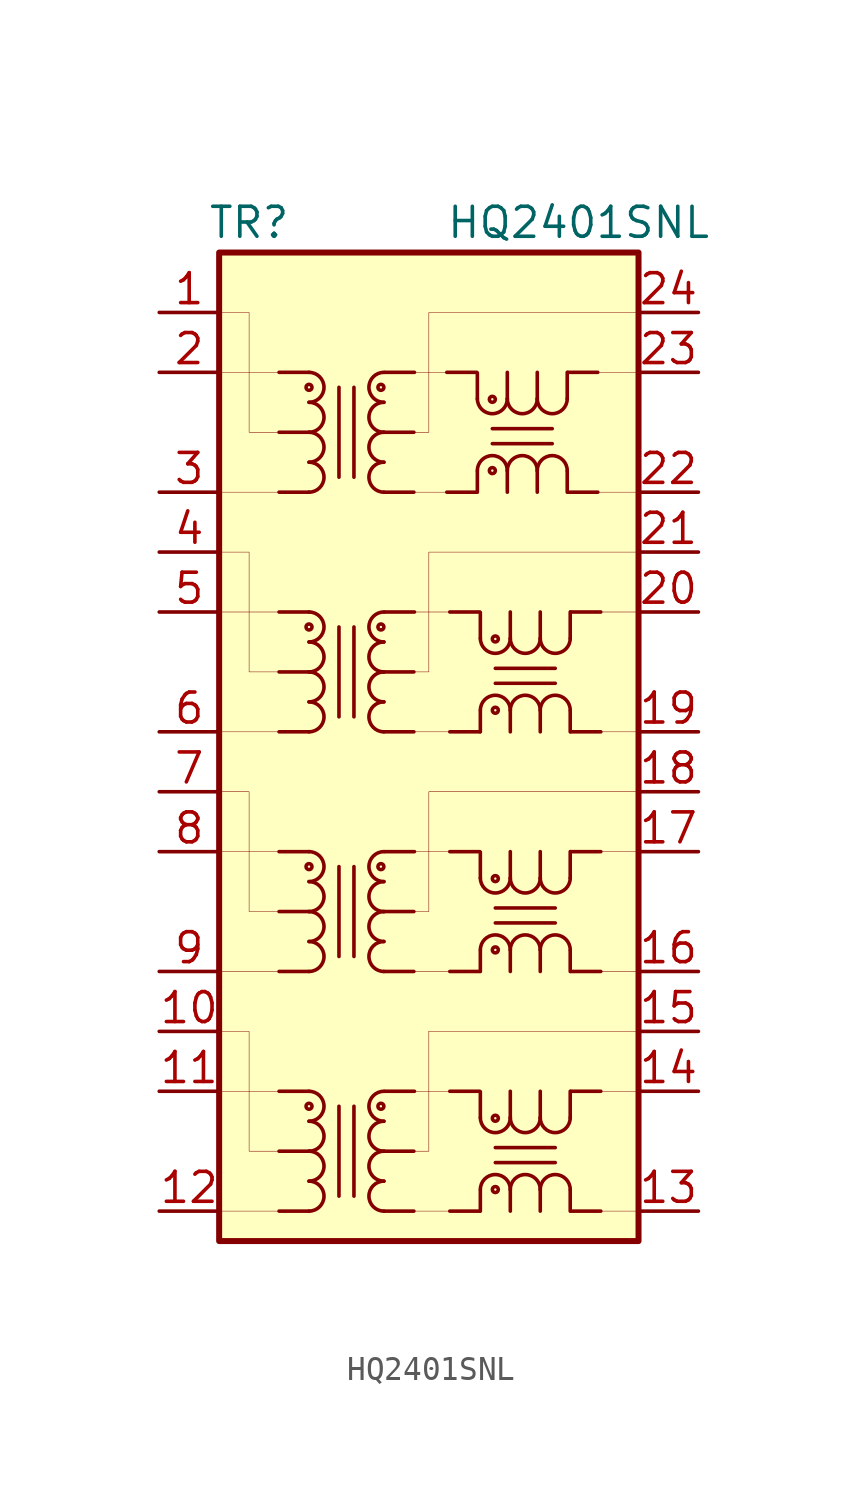
<source format=kicad_sym>
(kicad_symbol_lib
  (version 20201005)
  (generator kicad_symbol_editor)
  (symbol "CustomSymbols:HQ2401SNL"
    (pin_names hide)
    (property "Reference" "TR"
      (at -8.89 26.67 0)
      (effects (font (size 1.27 1.27))))
    (property "Value" "HQ2401SNL"
      (at 5.08 26.67 0)
      (effects (font (size 1.27 1.27))))
    (symbol "HQ2401SNL_0_1"
      (rectangle (start -10.16 25.4) (end 7.62 -16.51) (stroke (width 0.254)) (fill (type background)))
      (polyline (pts (xy -10.16 20.32) (xy -7.62 20.32)) (stroke (width 0.001)) (fill (type none)))
      (polyline (pts (xy -10.16 22.86) (xy -8.89 22.86) (xy -8.89 17.78) (xy -7.493 17.78)) (stroke (width 0.001)) (fill (type none)))
      (polyline (pts (xy -7.62 15.24) (xy -10.16 15.24)) (stroke (width 0.001)) (fill (type none)))
      (polyline (pts (xy -10.16 10.16) (xy -7.62 10.16)) (stroke (width 0.001)) (fill (type none)))
      (polyline (pts (xy -10.16 12.7) (xy -8.89 12.7) (xy -8.89 7.62) (xy -7.493 7.62)) (stroke (width 0.001)) (fill (type none)))
      (polyline (pts (xy -7.62 5.08) (xy -10.16 5.08)) (stroke (width 0.001)) (fill (type none)))
      (polyline (pts (xy -10.16 0) (xy -7.62 0)) (stroke (width 0.001)) (fill (type none)))
      (polyline (pts (xy -10.16 2.54) (xy -8.89 2.54) (xy -8.89 -2.54) (xy -7.62 -2.54)) (stroke (width 0.001)) (fill (type none)))
      (polyline (pts (xy -10.16 -5.08) (xy -7.62 -5.08)) (stroke (width 0.001)) (fill (type none)))
      (polyline (pts (xy -10.16 -10.16) (xy -7.62 -10.16)) (stroke (width 0.001)) (fill (type none)))
      (polyline (pts (xy -10.16 -7.62) (xy -8.89 -7.62) (xy -8.89 -12.7) (xy -7.62 -12.7)) (stroke (width 0.001)) (fill (type none)))
      (polyline (pts (xy -10.16 -15.24) (xy -7.62 -15.24)) (stroke (width 0.001)) (fill (type none)))
      (polyline (pts (xy -1.905 20.32) (xy -0.508 20.32)) (stroke (width 0.001)) (fill (type none)))
      (polyline (pts (xy -1.905 17.78) (xy -1.27 17.78) (xy -1.27 22.86) (xy 7.62 22.86)) (stroke (width 0.001)) (fill (type none)))
      (polyline (pts (xy -1.905 15.24) (xy -0.508 15.24)) (stroke (width 0.001)) (fill (type none)))
      (polyline (pts (xy 5.969 20.32) (xy 7.62 20.32)) (stroke (width 0.001)) (fill (type none)))
      (polyline (pts (xy 5.842 15.24) (xy 7.62 15.24)) (stroke (width 0.001)) (fill (type none)))
      (polyline (pts (xy 6.096 10.16) (xy 7.62 10.16)) (stroke (width 0.001)) (fill (type none)))
      (polyline (pts (xy 5.969 5.08) (xy 7.62 5.08)) (stroke (width 0.001)) (fill (type none)))
      (polyline (pts (xy 5.08 0) (xy 7.62 0)) (stroke (width 0.001)) (fill (type none)))
      (polyline (pts (xy 5.969 -5.08) (xy 7.62 -5.08)) (stroke (width 0.001)) (fill (type none)))
      (polyline (pts (xy 5.08 -10.16) (xy 7.62 -10.16)) (stroke (width 0.001)) (fill (type none)))
      (polyline (pts (xy 5.08 -15.24) (xy 7.62 -15.24)) (stroke (width 0.001)) (fill (type none)))
      (polyline (pts (xy -1.905 10.16) (xy -0.381 10.16)) (stroke (width 0.001)) (fill (type none)))
      (polyline (pts (xy -1.905 7.62) (xy -1.27 7.62) (xy -1.27 12.7) (xy 7.62 12.7)) (stroke (width 0.001)) (fill (type none)))
      (polyline (pts (xy -1.905 5.08) (xy -0.381 5.08)) (stroke (width 0.001)) (fill (type none)))
      (polyline (pts (xy -1.905 0) (xy -0.254 0)) (stroke (width 0.001)) (fill (type none)))
      (polyline (pts (xy -1.905 -2.54) (xy -1.27 -2.54) (xy -1.27 2.54) (xy 7.62 2.54)) (stroke (width 0.001)) (fill (type none)))
      (polyline (pts (xy -2.032 -5.08) (xy -0.254 -5.08)) (stroke (width 0.001)) (fill (type none)))
      (polyline (pts (xy -1.905 -10.16) (xy -0.254 -10.16)) (stroke (width 0.001)) (fill (type none)))
      (polyline (pts (xy -1.905 -12.7) (xy -1.27 -12.7) (xy -1.27 -7.62)) (stroke (width 0.001)) (fill (type none)))
      (polyline (pts (xy 7.62 -7.62) (xy -1.27 -7.62)) (stroke (width 0.001)) (fill (type none)))
      (polyline (pts (xy -1.905 -15.24) (xy -0.381 -15.24)) (stroke (width 0.001)) (fill (type none)))
      (pin passive line (at -12.7 22.86 0) (length 2.54) (name "TCT1" (effects (font (size 1.27 1.27)))) (number "1" (effects (font (size 1.27 1.27)))))
      (pin passive line (at -12.7 -7.62 0) (length 2.54) (name "TCT4" (effects (font (size 1.27 1.27)))) (number "10" (effects (font (size 1.27 1.27)))))
      (pin passive line (at -12.7 -10.16 0) (length 2.54) (name "TD4+" (effects (font (size 1.27 1.27)))) (number "11" (effects (font (size 1.27 1.27)))))
      (pin passive line (at -12.7 -15.24 0) (length 2.54) (name "TD4-" (effects (font (size 1.27 1.27)))) (number "12" (effects (font (size 1.27 1.27)))))
      (pin passive line (at 10.16 -15.24 180) (length 2.54) (name "MX4-" (effects (font (size 1.27 1.27)))) (number "13" (effects (font (size 1.27 1.27)))))
      (pin passive line (at 10.16 -10.16 180) (length 2.54) (name "MX4+" (effects (font (size 1.27 1.27)))) (number "14" (effects (font (size 1.27 1.27)))))
      (pin passive line (at 10.16 -7.62 180) (length 2.54) (name "MCT4" (effects (font (size 1.27 1.27)))) (number "15" (effects (font (size 1.27 1.27)))))
      (pin passive line (at 10.16 -5.08 180) (length 2.54) (name "MTX3-" (effects (font (size 1.27 1.27)))) (number "16" (effects (font (size 1.27 1.27)))))
      (pin passive line (at 10.16 0 180) (length 2.54) (name "MTX3+" (effects (font (size 1.27 1.27)))) (number "17" (effects (font (size 1.27 1.27)))))
      (pin passive line (at 10.16 2.54 180) (length 2.54) (name "MCT3" (effects (font (size 1.27 1.27)))) (number "18" (effects (font (size 1.27 1.27)))))
      (pin passive line (at 10.16 5.08 180) (length 2.54) (name "MTX2-" (effects (font (size 1.27 1.27)))) (number "19" (effects (font (size 1.27 1.27)))))
      (pin passive line (at -12.7 20.32 0) (length 2.54) (name "TD1+" (effects (font (size 1.27 1.27)))) (number "2" (effects (font (size 1.27 1.27)))))
      (pin passive line (at 10.16 10.16 180) (length 2.54) (name "MTX2+" (effects (font (size 1.27 1.27)))) (number "20" (effects (font (size 1.27 1.27)))))
      (pin passive line (at 10.16 12.7 180) (length 2.54) (name "MCT2" (effects (font (size 1.27 1.27)))) (number "21" (effects (font (size 1.27 1.27)))))
      (pin passive line (at 10.16 15.24 180) (length 2.54) (name "MTX1-" (effects (font (size 1.27 1.27)))) (number "22" (effects (font (size 1.27 1.27)))))
      (pin passive line (at 10.16 20.32 180) (length 2.54) (name "MTX1+" (effects (font (size 1.27 1.27)))) (number "23" (effects (font (size 1.27 1.27)))))
      (pin passive line (at 10.16 22.86 180) (length 2.54) (name "MTC1" (effects (font (size 1.27 1.27)))) (number "24" (effects (font (size 1.27 1.27)))))
      (pin passive line (at -12.7 15.24 0) (length 2.54) (name "TD1-" (effects (font (size 1.27 1.27)))) (number "3" (effects (font (size 1.27 1.27)))))
      (pin passive line (at -12.7 12.7 0) (length 2.54) (name "TCT2" (effects (font (size 1.27 1.27)))) (number "4" (effects (font (size 1.27 1.27)))))
      (pin passive line (at -12.7 10.16 0) (length 2.54) (name "TD2+" (effects (font (size 1.27 1.27)))) (number "5" (effects (font (size 1.27 1.27)))))
      (pin passive line (at -12.7 5.08 0) (length 2.54) (name "TD2-" (effects (font (size 1.27 1.27)))) (number "6" (effects (font (size 1.27 1.27)))))
      (pin passive line (at -12.7 2.54 0) (length 2.54) (name "TCT3" (effects (font (size 1.27 1.27)))) (number "7" (effects (font (size 1.27 1.27)))))
      (pin passive line (at -12.7 0 0) (length 2.54) (name "TD3+" (effects (font (size 1.27 1.27)))) (number "8" (effects (font (size 1.27 1.27)))))
      (pin passive line (at -12.7 -5.08 0) (length 2.54) (name "TD3-" (effects (font (size 1.27 1.27)))) (number "9" (effects (font (size 1.27 1.27))))))
    (symbol "HQ2401SNL_1_1"
      (arc (start -3.175 20.32) (end -3.175 19.05) (radius (at -3.175 19.685) (length 0.635) (angles 90.1 -90.1)) (stroke (width 0)) (fill (type none)))
      (arc (start -3.175 19.05) (end -3.175 17.78) (radius (at -3.175 18.415) (length 0.635) (angles 90.1 -90.1)) (stroke (width 0)) (fill (type none)))
      (arc (start -3.175 17.78) (end -3.175 16.51) (radius (at -3.175 17.145) (length 0.635) (angles 90.1 -90.1)) (stroke (width 0)) (fill (type none)))
      (arc (start -3.175 16.51) (end -3.175 15.24) (radius (at -3.175 15.875) (length 0.635) (angles 90.1 -90.1)) (stroke (width 0)) (fill (type none)))
      (arc (start -6.35 19.05) (end -6.35 20.32) (radius (at -6.35 19.685) (length 0.635) (angles -89.9 89.9)) (stroke (width 0)) (fill (type none)))
      (arc (start -6.35 17.78) (end -6.35 19.05) (radius (at -6.35 18.415) (length 0.635) (angles -89.9 89.9)) (stroke (width 0)) (fill (type none)))
      (arc (start -6.35 16.51) (end -6.35 17.78) (radius (at -6.35 17.145) (length 0.635) (angles -89.9 89.9)) (stroke (width 0)) (fill (type none)))
      (arc (start -6.35 15.24) (end -6.35 16.51) (radius (at -6.35 15.875) (length 0.635) (angles -89.9 89.9)) (stroke (width 0)) (fill (type none)))
      (arc (start -3.175 10.16) (end -3.175 8.89) (radius (at -3.175 9.525) (length 0.635) (angles 90.1 -90.1)) (stroke (width 0)) (fill (type none)))
      (arc (start -3.175 8.89) (end -3.175 7.62) (radius (at -3.175 8.255) (length 0.635) (angles 90.1 -90.1)) (stroke (width 0)) (fill (type none)))
      (arc (start -3.175 7.62) (end -3.175 6.35) (radius (at -3.175 6.985) (length 0.635) (angles 90.1 -90.1)) (stroke (width 0)) (fill (type none)))
      (arc (start -3.175 6.35) (end -3.175 5.08) (radius (at -3.175 5.715) (length 0.635) (angles 90.1 -90.1)) (stroke (width 0)) (fill (type none)))
      (arc (start -6.35 8.89) (end -6.35 10.16) (radius (at -6.35 9.525) (length 0.635) (angles -89.9 89.9)) (stroke (width 0)) (fill (type none)))
      (arc (start -6.35 7.62) (end -6.35 8.89) (radius (at -6.35 8.255) (length 0.635) (angles -89.9 89.9)) (stroke (width 0)) (fill (type none)))
      (arc (start -6.35 6.35) (end -6.35 7.62) (radius (at -6.35 6.985) (length 0.635) (angles -89.9 89.9)) (stroke (width 0)) (fill (type none)))
      (arc (start -6.35 5.08) (end -6.35 6.35) (radius (at -6.35 5.715) (length 0.635) (angles -89.9 89.9)) (stroke (width 0)) (fill (type none)))
      (arc (start -3.175 0) (end -3.175 -1.27) (radius (at -3.175 -0.635) (length 0.635) (angles 90.1 -90.1)) (stroke (width 0)) (fill (type none)))
      (arc (start -3.175 -1.27) (end -3.175 -2.54) (radius (at -3.175 -1.905) (length 0.635) (angles 90.1 -90.1)) (stroke (width 0)) (fill (type none)))
      (arc (start -3.175 -2.54) (end -3.175 -3.81) (radius (at -3.175 -3.175) (length 0.635) (angles 90.1 -90.1)) (stroke (width 0)) (fill (type none)))
      (arc (start -3.175 -3.81) (end -3.175 -5.08) (radius (at -3.175 -4.445) (length 0.635) (angles 90.1 -90.1)) (stroke (width 0)) (fill (type none)))
      (arc (start -6.35 -1.27) (end -6.35 0) (radius (at -6.35 -0.635) (length 0.635) (angles -89.9 89.9)) (stroke (width 0)) (fill (type none)))
      (arc (start -6.35 -2.54) (end -6.35 -1.27) (radius (at -6.35 -1.905) (length 0.635) (angles -89.9 89.9)) (stroke (width 0)) (fill (type none)))
      (arc (start -6.35 -3.81) (end -6.35 -2.54) (radius (at -6.35 -3.175) (length 0.635) (angles -89.9 89.9)) (stroke (width 0)) (fill (type none)))
      (arc (start -6.35 -5.08) (end -6.35 -3.81) (radius (at -6.35 -4.445) (length 0.635) (angles -89.9 89.9)) (stroke (width 0)) (fill (type none)))
      (arc (start -3.175 -10.16) (end -3.175 -11.43) (radius (at -3.175 -10.795) (length 0.635) (angles 90.1 -90.1)) (stroke (width 0)) (fill (type none)))
      (arc (start -3.175 -11.43) (end -3.175 -12.7) (radius (at -3.175 -12.065) (length 0.635) (angles 90.1 -90.1)) (stroke (width 0)) (fill (type none)))
      (arc (start -3.175 -12.7) (end -3.175 -13.97) (radius (at -3.175 -13.335) (length 0.635) (angles 90.1 -90.1)) (stroke (width 0)) (fill (type none)))
      (arc (start -3.175 -13.97) (end -3.175 -15.24) (radius (at -3.175 -14.605) (length 0.635) (angles 90.1 -90.1)) (stroke (width 0)) (fill (type none)))
      (arc (start -6.35 -11.43) (end -6.35 -10.16) (radius (at -6.35 -10.795) (length 0.635) (angles -89.9 89.9)) (stroke (width 0)) (fill (type none)))
      (arc (start -6.35 -12.7) (end -6.35 -11.43) (radius (at -6.35 -12.065) (length 0.635) (angles -89.9 89.9)) (stroke (width 0)) (fill (type none)))
      (arc (start -6.35 -13.97) (end -6.35 -12.7) (radius (at -6.35 -13.335) (length 0.635) (angles -89.9 89.9)) (stroke (width 0)) (fill (type none)))
      (arc (start -6.35 -15.24) (end -6.35 -13.97) (radius (at -6.35 -14.605) (length 0.635) (angles -89.9 89.9)) (stroke (width 0)) (fill (type none)))
      (arc (start 3.3274 19.2024) (end 4.5974 19.2024) (radius (at 3.9624 19.2024) (length 0.635) (angles -179.9 -0.1)) (stroke (width 0)) (fill (type none)))
      (arc (start 2.0574 16.1544) (end 0.7874 16.1544) (radius (at 1.4224 16.1544) (length 0.635) (angles 0.1 179.9)) (stroke (width 0)) (fill (type none)))
      (arc (start 2.0574 19.2024) (end 3.3274 19.2024) (radius (at 2.6924 19.2024) (length 0.635) (angles -179.9 -0.1)) (stroke (width 0)) (fill (type none)))
      (arc (start 3.3274 16.1544) (end 2.0574 16.1544) (radius (at 2.6924 16.1544) (length 0.635) (angles 0.1 179.9)) (stroke (width 0)) (fill (type none)))
      (arc (start 0.7874 19.2024) (end 2.0574 19.2024) (radius (at 1.4224 19.2024) (length 0.635) (angles -179.9 -0.1)) (stroke (width 0)) (fill (type none)))
      (arc (start 4.5974 16.1544) (end 3.3274 16.1544) (radius (at 3.9624 16.1544) (length 0.635) (angles 0.1 179.9)) (stroke (width 0)) (fill (type none)))
      (arc (start 3.4544 9.0424) (end 4.7244 9.0424) (radius (at 4.0894 9.0424) (length 0.635) (angles -179.9 -0.1)) (stroke (width 0)) (fill (type none)))
      (arc (start 2.1844 5.9944) (end 0.9144 5.9944) (radius (at 1.5494 5.9944) (length 0.635) (angles 0.1 179.9)) (stroke (width 0)) (fill (type none)))
      (arc (start 2.1844 9.0424) (end 3.4544 9.0424) (radius (at 2.8194 9.0424) (length 0.635) (angles -179.9 -0.1)) (stroke (width 0)) (fill (type none)))
      (arc (start 3.4544 5.9944) (end 2.1844 5.9944) (radius (at 2.8194 5.9944) (length 0.635) (angles 0.1 179.9)) (stroke (width 0)) (fill (type none)))
      (arc (start 0.9144 9.0424) (end 2.1844 9.0424) (radius (at 1.5494 9.0424) (length 0.635) (angles -179.9 -0.1)) (stroke (width 0)) (fill (type none)))
      (arc (start 4.7244 5.9944) (end 3.4544 5.9944) (radius (at 4.0894 5.9944) (length 0.635) (angles 0.1 179.9)) (stroke (width 0)) (fill (type none)))
      (arc (start 3.4544 -1.1176) (end 4.7244 -1.1176) (radius (at 4.0894 -1.1176) (length 0.635) (angles -179.9 -0.1)) (stroke (width 0)) (fill (type none)))
      (arc (start 2.1844 -4.1656) (end 0.9144 -4.1656) (radius (at 1.5494 -4.1656) (length 0.635) (angles 0.1 179.9)) (stroke (width 0)) (fill (type none)))
      (arc (start 2.1844 -1.1176) (end 3.4544 -1.1176) (radius (at 2.8194 -1.1176) (length 0.635) (angles -179.9 -0.1)) (stroke (width 0)) (fill (type none)))
      (arc (start 3.4544 -4.1656) (end 2.1844 -4.1656) (radius (at 2.8194 -4.1656) (length 0.635) (angles 0.1 179.9)) (stroke (width 0)) (fill (type none)))
      (arc (start 0.9144 -1.1176) (end 2.1844 -1.1176) (radius (at 1.5494 -1.1176) (length 0.635) (angles -179.9 -0.1)) (stroke (width 0)) (fill (type none)))
      (arc (start 4.7244 -4.1656) (end 3.4544 -4.1656) (radius (at 4.0894 -4.1656) (length 0.635) (angles 0.1 179.9)) (stroke (width 0)) (fill (type none)))
      (arc (start 3.4544 -11.2776) (end 4.7244 -11.2776) (radius (at 4.0894 -11.2776) (length 0.635) (angles -179.9 -0.1)) (stroke (width 0)) (fill (type none)))
      (arc (start 2.1844 -14.3256) (end 0.9144 -14.3256) (radius (at 1.5494 -14.3256) (length 0.635) (angles 0.1 179.9)) (stroke (width 0)) (fill (type none)))
      (arc (start 2.1844 -11.2776) (end 3.4544 -11.2776) (radius (at 2.8194 -11.2776) (length 0.635) (angles -179.9 -0.1)) (stroke (width 0)) (fill (type none)))
      (arc (start 3.4544 -14.3256) (end 2.1844 -14.3256) (radius (at 2.8194 -14.3256) (length 0.635) (angles 0.1 179.9)) (stroke (width 0)) (fill (type none)))
      (arc (start 0.9144 -11.2776) (end 2.1844 -11.2776) (radius (at 1.5494 -11.2776) (length 0.635) (angles -179.9 -0.1)) (stroke (width 0)) (fill (type none)))
      (arc (start 4.7244 -14.3256) (end 3.4544 -14.3256) (radius (at 4.0894 -14.3256) (length 0.635) (angles 0.1 179.9)) (stroke (width 0)) (fill (type none)))
      (circle (center -3.302 19.685) (radius 0.127) (stroke (width 0)) (fill (type none)))
      (circle (center -6.35 19.685) (radius 0.127) (stroke (width 0)) (fill (type none)))
      (circle (center -3.302 9.525) (radius 0.127) (stroke (width 0)) (fill (type none)))
      (circle (center -6.35 9.525) (radius 0.127) (stroke (width 0)) (fill (type none)))
      (circle (center -3.302 -0.635) (radius 0.127) (stroke (width 0)) (fill (type none)))
      (circle (center -6.35 -0.635) (radius 0.127) (stroke (width 0)) (fill (type none)))
      (circle (center -3.302 -10.795) (radius 0.127) (stroke (width 0)) (fill (type none)))
      (circle (center -6.35 -10.795) (radius 0.127) (stroke (width 0)) (fill (type none)))
      (circle (center 1.422 19.177) (radius 0.127) (stroke (width 0)) (fill (type none)))
      (circle (center 1.422 16.154) (radius 0.127) (stroke (width 0)) (fill (type none)))
      (circle (center 1.549 9.017) (radius 0.127) (stroke (width 0)) (fill (type none)))
      (circle (center 1.549 5.994) (radius 0.127) (stroke (width 0)) (fill (type none)))
      (circle (center 1.549 -1.143) (radius 0.127) (stroke (width 0)) (fill (type none)))
      (circle (center 1.549 -4.166) (radius 0.127) (stroke (width 0)) (fill (type none)))
      (circle (center 1.549 -11.303) (radius 0.127) (stroke (width 0)) (fill (type none)))
      (circle (center 1.549 -14.326) (radius 0.127) (stroke (width 0)) (fill (type none)))
      (polyline (pts (xy -4.445 15.875) (xy -4.445 19.685)) (stroke (width 0)) (fill (type none)))
      (polyline (pts (xy -5.08 15.875) (xy -5.08 19.685)) (stroke (width 0)) (fill (type none)))
      (polyline (pts (xy -7.62 20.32) (xy -6.35 20.32)) (stroke (width 0)) (fill (type none)))
      (polyline (pts (xy -7.62 17.78) (xy -6.35 17.78)) (stroke (width 0)) (fill (type none)))
      (polyline (pts (xy -7.62 15.24) (xy -6.35 15.24)) (stroke (width 0)) (fill (type none)))
      (polyline (pts (xy -3.15 20.32) (xy -1.88 20.32)) (stroke (width 0)) (fill (type none)))
      (polyline (pts (xy -3.175 17.78) (xy -1.905 17.78)) (stroke (width 0)) (fill (type none)))
      (polyline (pts (xy -3.175 15.24) (xy -1.905 15.24)) (stroke (width 0)) (fill (type none)))
      (polyline (pts (xy -4.445 5.715) (xy -4.445 9.525)) (stroke (width 0)) (fill (type none)))
      (polyline (pts (xy -5.08 5.715) (xy -5.08 9.525)) (stroke (width 0)) (fill (type none)))
      (polyline (pts (xy -7.62 10.16) (xy -6.35 10.16)) (stroke (width 0)) (fill (type none)))
      (polyline (pts (xy -7.62 7.62) (xy -6.35 7.62)) (stroke (width 0)) (fill (type none)))
      (polyline (pts (xy -7.62 5.08) (xy -6.35 5.08)) (stroke (width 0)) (fill (type none)))
      (polyline (pts (xy -3.15 10.16) (xy -1.88 10.16)) (stroke (width 0)) (fill (type none)))
      (polyline (pts (xy -3.175 7.62) (xy -1.905 7.62)) (stroke (width 0)) (fill (type none)))
      (polyline (pts (xy -3.175 5.08) (xy -1.905 5.08)) (stroke (width 0)) (fill (type none)))
      (polyline (pts (xy -4.445 -4.445) (xy -4.445 -0.635)) (stroke (width 0)) (fill (type none)))
      (polyline (pts (xy -5.08 -4.445) (xy -5.08 -0.635)) (stroke (width 0)) (fill (type none)))
      (polyline (pts (xy -7.62 0) (xy -6.35 0)) (stroke (width 0)) (fill (type none)))
      (polyline (pts (xy -7.62 -2.54) (xy -6.35 -2.54)) (stroke (width 0)) (fill (type none)))
      (polyline (pts (xy -7.62 -5.08) (xy -6.35 -5.08)) (stroke (width 0)) (fill (type none)))
      (polyline (pts (xy -3.15 0) (xy -1.88 0)) (stroke (width 0)) (fill (type none)))
      (polyline (pts (xy -3.175 -2.54) (xy -1.905 -2.54)) (stroke (width 0)) (fill (type none)))
      (polyline (pts (xy -3.175 -5.08) (xy -1.905 -5.08)) (stroke (width 0)) (fill (type none)))
      (polyline (pts (xy -4.445 -14.605) (xy -4.445 -10.795)) (stroke (width 0)) (fill (type none)))
      (polyline (pts (xy -5.08 -14.605) (xy -5.08 -10.795)) (stroke (width 0)) (fill (type none)))
      (polyline (pts (xy -7.62 -10.16) (xy -6.35 -10.16)) (stroke (width 0)) (fill (type none)))
      (polyline (pts (xy -7.62 -12.7) (xy -6.35 -12.7)) (stroke (width 0)) (fill (type none)))
      (polyline (pts (xy -7.62 -15.24) (xy -6.35 -15.24)) (stroke (width 0)) (fill (type none)))
      (polyline (pts (xy -3.15 -10.16) (xy -1.88 -10.16)) (stroke (width 0)) (fill (type none)))
      (polyline (pts (xy -3.175 -12.7) (xy -1.905 -12.7)) (stroke (width 0)) (fill (type none)))
      (polyline (pts (xy -3.175 -15.24) (xy -1.905 -15.24)) (stroke (width 0)) (fill (type none)))
      (polyline (pts (xy 3.962 17.932) (xy 1.422 17.932)) (stroke (width 0)) (fill (type none)))
      (polyline (pts (xy 3.962 17.297) (xy 1.422 17.297)) (stroke (width 0)) (fill (type none)))
      (polyline (pts (xy 0.787 19.202) (xy 0.787 20.295)) (stroke (width 0)) (fill (type none)))
      (polyline (pts (xy 0.787 15.24) (xy 0.787 16.129)) (stroke (width 0)) (fill (type none)))
      (polyline (pts (xy 2.057 15.24) (xy 2.057 16.129)) (stroke (width 0)) (fill (type none)))
      (polyline (pts (xy 3.327 15.24) (xy 3.327 16.129)) (stroke (width 0)) (fill (type none)))
      (polyline (pts (xy 4.597 15.24) (xy 4.597 16.129)) (stroke (width 0)) (fill (type none)))
      (polyline (pts (xy 2.057 19.202) (xy 2.057 20.32)) (stroke (width 0)) (fill (type none)))
      (polyline (pts (xy 3.327 19.202) (xy 3.327 20.32)) (stroke (width 0)) (fill (type none)))
      (polyline (pts (xy 4.597 19.202) (xy 4.597 20.32)) (stroke (width 0)) (fill (type none)))
      (polyline (pts (xy 4.623 20.32) (xy 5.893 20.32)) (stroke (width 0)) (fill (type none)))
      (polyline (pts (xy 4.623 15.24) (xy 5.893 15.24)) (stroke (width 0)) (fill (type none)))
      (polyline (pts (xy -0.508 15.24) (xy 0.762 15.24)) (stroke (width 0)) (fill (type none)))
      (polyline (pts (xy -0.508 20.32) (xy 0.762 20.32)) (stroke (width 0)) (fill (type none)))
      (polyline (pts (xy 4.089 7.772) (xy 1.549 7.772)) (stroke (width 0)) (fill (type none)))
      (polyline (pts (xy 4.089 7.137) (xy 1.549 7.137)) (stroke (width 0)) (fill (type none)))
      (polyline (pts (xy 0.914 9.042) (xy 0.914 10.135)) (stroke (width 0)) (fill (type none)))
      (polyline (pts (xy 0.914 5.08) (xy 0.914 5.969)) (stroke (width 0)) (fill (type none)))
      (polyline (pts (xy 2.184 5.08) (xy 2.184 5.969)) (stroke (width 0)) (fill (type none)))
      (polyline (pts (xy 3.454 5.08) (xy 3.454 5.969)) (stroke (width 0)) (fill (type none)))
      (polyline (pts (xy 4.724 5.08) (xy 4.724 5.969)) (stroke (width 0)) (fill (type none)))
      (polyline (pts (xy 2.184 9.042) (xy 2.184 10.16)) (stroke (width 0)) (fill (type none)))
      (polyline (pts (xy 3.454 9.042) (xy 3.454 10.16)) (stroke (width 0)) (fill (type none)))
      (polyline (pts (xy 4.724 9.042) (xy 4.724 10.16)) (stroke (width 0)) (fill (type none)))
      (polyline (pts (xy 4.75 10.16) (xy 6.02 10.16)) (stroke (width 0)) (fill (type none)))
      (polyline (pts (xy 4.75 5.08) (xy 6.02 5.08)) (stroke (width 0)) (fill (type none)))
      (polyline (pts (xy -0.381 5.08) (xy 0.889 5.08)) (stroke (width 0)) (fill (type none)))
      (polyline (pts (xy -0.381 10.16) (xy 0.889 10.16)) (stroke (width 0)) (fill (type none)))
      (polyline (pts (xy 4.089 -2.388) (xy 1.549 -2.388)) (stroke (width 0)) (fill (type none)))
      (polyline (pts (xy 4.089 -3.023) (xy 1.549 -3.023)) (stroke (width 0)) (fill (type none)))
      (polyline (pts (xy 0.914 -1.118) (xy 0.914 -0.025)) (stroke (width 0)) (fill (type none)))
      (polyline (pts (xy 0.914 -5.08) (xy 0.914 -4.191)) (stroke (width 0)) (fill (type none)))
      (polyline (pts (xy 2.184 -5.08) (xy 2.184 -4.191)) (stroke (width 0)) (fill (type none)))
      (polyline (pts (xy 3.454 -5.08) (xy 3.454 -4.191)) (stroke (width 0)) (fill (type none)))
      (polyline (pts (xy 4.724 -5.08) (xy 4.724 -4.191)) (stroke (width 0)) (fill (type none)))
      (polyline (pts (xy 2.184 -1.118) (xy 2.184 0)) (stroke (width 0)) (fill (type none)))
      (polyline (pts (xy 3.454 -1.118) (xy 3.454 0)) (stroke (width 0)) (fill (type none)))
      (polyline (pts (xy 4.724 -1.118) (xy 4.724 0)) (stroke (width 0)) (fill (type none)))
      (polyline (pts (xy 4.75 0) (xy 6.02 0)) (stroke (width 0)) (fill (type none)))
      (polyline (pts (xy 4.75 -5.08) (xy 6.02 -5.08)) (stroke (width 0)) (fill (type none)))
      (polyline (pts (xy -0.381 -5.08) (xy 0.889 -5.08)) (stroke (width 0)) (fill (type none)))
      (polyline (pts (xy -0.381 0) (xy 0.889 0)) (stroke (width 0)) (fill (type none)))
      (polyline (pts (xy 4.089 -12.548) (xy 1.549 -12.548)) (stroke (width 0)) (fill (type none)))
      (polyline (pts (xy 4.089 -13.183) (xy 1.549 -13.183)) (stroke (width 0)) (fill (type none)))
      (polyline (pts (xy 0.914 -11.278) (xy 0.914 -10.185)) (stroke (width 0)) (fill (type none)))
      (polyline (pts (xy 0.914 -15.24) (xy 0.914 -14.351)) (stroke (width 0)) (fill (type none)))
      (polyline (pts (xy 2.184 -15.24) (xy 2.184 -14.351)) (stroke (width 0)) (fill (type none)))
      (polyline (pts (xy 3.454 -15.24) (xy 3.454 -14.351)) (stroke (width 0)) (fill (type none)))
      (polyline (pts (xy 4.724 -15.24) (xy 4.724 -14.351)) (stroke (width 0)) (fill (type none)))
      (polyline (pts (xy 2.184 -11.278) (xy 2.184 -10.16)) (stroke (width 0)) (fill (type none)))
      (polyline (pts (xy 3.454 -11.278) (xy 3.454 -10.16)) (stroke (width 0)) (fill (type none)))
      (polyline (pts (xy 4.724 -11.278) (xy 4.724 -10.16)) (stroke (width 0)) (fill (type none)))
      (polyline (pts (xy 4.75 -10.16) (xy 6.02 -10.16)) (stroke (width 0)) (fill (type none)))
      (polyline (pts (xy 4.75 -15.24) (xy 6.02 -15.24)) (stroke (width 0)) (fill (type none)))
      (polyline (pts (xy -0.381 -15.24) (xy 0.889 -15.24)) (stroke (width 0)) (fill (type none)))
      (polyline (pts (xy -0.381 -10.16) (xy 0.889 -10.16)) (stroke (width 0)) (fill (type none))))))
</source>
